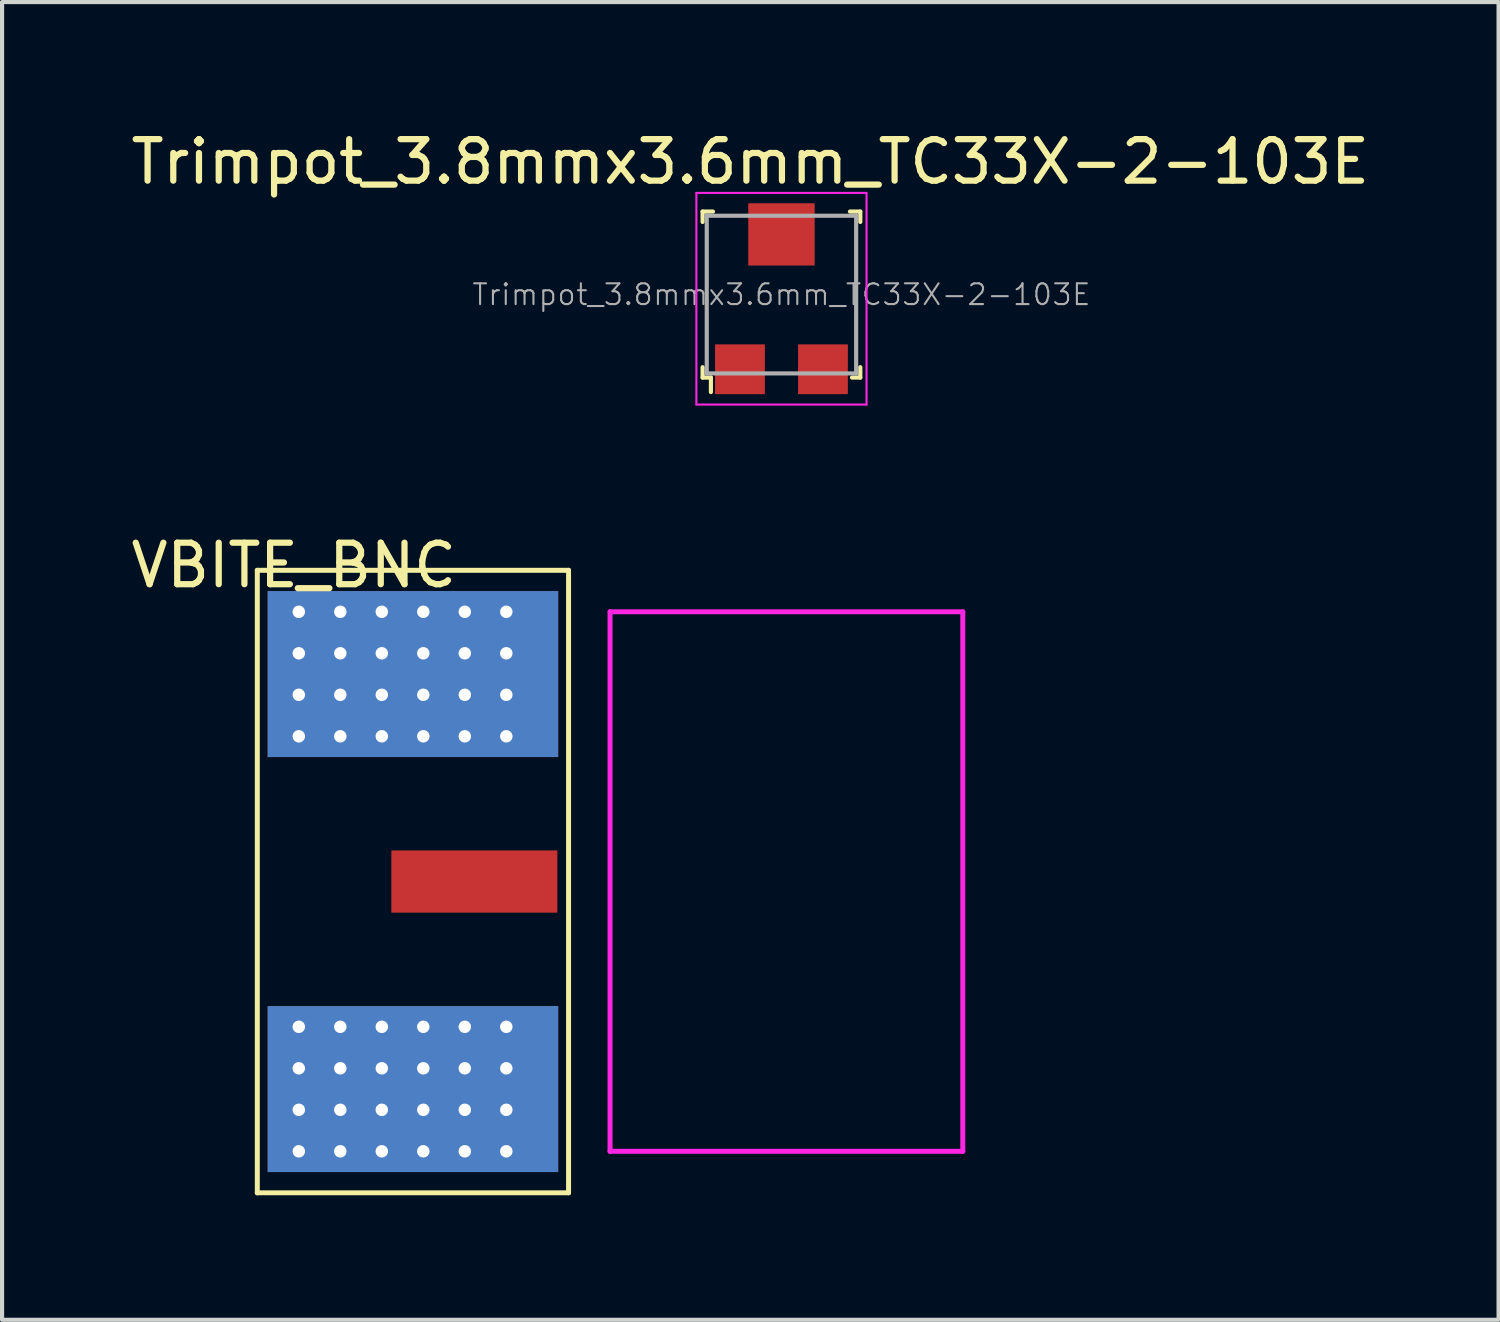
<source format=kicad_pcb>
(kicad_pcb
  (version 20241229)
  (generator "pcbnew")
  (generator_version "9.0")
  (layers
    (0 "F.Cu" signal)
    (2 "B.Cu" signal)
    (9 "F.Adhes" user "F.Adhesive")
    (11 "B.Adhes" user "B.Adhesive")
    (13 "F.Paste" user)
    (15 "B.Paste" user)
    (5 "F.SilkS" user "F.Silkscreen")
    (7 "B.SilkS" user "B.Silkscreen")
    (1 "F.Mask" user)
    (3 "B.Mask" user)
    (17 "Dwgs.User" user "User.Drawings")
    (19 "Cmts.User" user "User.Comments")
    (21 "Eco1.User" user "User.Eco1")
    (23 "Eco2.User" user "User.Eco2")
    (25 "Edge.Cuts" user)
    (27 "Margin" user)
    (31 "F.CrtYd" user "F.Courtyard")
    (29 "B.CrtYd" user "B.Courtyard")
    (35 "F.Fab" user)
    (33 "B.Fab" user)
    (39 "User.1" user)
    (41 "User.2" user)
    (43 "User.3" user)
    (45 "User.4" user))
  (footprint "VBITE_BNC"
    (layer "F.Cu")
    (at 11.65 18.192)
    (property "Reference" "VBITE_BNC" (at -7.62 -7.62 180) (layer "F.SilkS") (effects (font (size 1 1) (thickness 0.15))))
    (attr through_hole)
    (fp_line (start -8.5 -7.5) (end -1 -7.5) (stroke (width 0.12) (type solid)) (layer "F.SilkS"))
    (fp_line (start -8.5 7.5) (end -8.5 -7.5) (stroke (width 0.12) (type solid)) (layer "F.SilkS"))
    (fp_line (start -1 -7.5) (end -1 7.5) (stroke (width 0.12) (type solid)) (layer "F.SilkS"))
    (fp_line (start -1 7.5) (end -8.5 7.5) (stroke (width 0.12) (type solid)) (layer "F.SilkS"))
    (fp_line (start 0 -6.5) (end 0 6.5) (stroke (width 0.12) (type solid)) (layer "F.CrtYd"))
    (fp_line (start 0 -6.5) (end 8.5 -6.5) (stroke (width 0.12) (type solid)) (layer "F.CrtYd"))
    (fp_line (start 8.5 -6.5) (end 8.5 6.5) (stroke (width 0.12) (type solid)) (layer "F.CrtYd"))
    (fp_line (start 8.5 6.5) (end 0 6.5) (stroke (width 0.12) (type solid)) (layer "F.CrtYd"))
    (pad "1" smd rect (at -3.27 0) (size 4 1.5) (layers "F.Cu" "F.Mask" "F.Paste"))
    (pad "2" thru_hole circle (at -7.5 -6.5) (size 0.6 0.6) (drill 0.3) (layers "*.Cu" "*.Mask"))
    (pad "2" thru_hole circle (at -7.5 -5.5) (size 0.6 0.6) (drill 0.3) (layers "*.Cu" "*.Mask"))
    (pad "2" thru_hole circle (at -7.5 -4.5) (size 0.6 0.6) (drill 0.3) (layers "*.Cu" "*.Mask"))
    (pad "2" thru_hole circle (at -7.5 -3.5) (size 0.6 0.6) (drill 0.3) (layers "*.Cu" "*.Mask"))
    (pad "2" thru_hole circle (at -7.5 3.5) (size 0.6 0.6) (drill 0.3) (layers "*.Cu" "*.Mask"))
    (pad "2" thru_hole circle (at -7.5 4.5) (size 0.6 0.6) (drill 0.3) (layers "*.Cu" "*.Mask"))
    (pad "2" thru_hole circle (at -7.5 5.5) (size 0.6 0.6) (drill 0.3) (layers "*.Cu" "*.Mask"))
    (pad "2" thru_hole circle (at -7.5 6.5) (size 0.6 0.6) (drill 0.3) (layers "*.Cu" "*.Mask"))
    (pad "2" thru_hole circle (at -6.5 -6.5) (size 0.6 0.6) (drill 0.3) (layers "*.Cu" "*.Mask"))
    (pad "2" thru_hole circle (at -6.5 -5.5) (size 0.6 0.6) (drill 0.3) (layers "*.Cu" "*.Mask"))
    (pad "2" thru_hole circle (at -6.5 -4.5) (size 0.6 0.6) (drill 0.3) (layers "*.Cu" "*.Mask"))
    (pad "2" thru_hole circle (at -6.5 -3.5) (size 0.6 0.6) (drill 0.3) (layers "*.Cu" "*.Mask"))
    (pad "2" thru_hole circle (at -6.5 3.5) (size 0.6 0.6) (drill 0.3) (layers "*.Cu" "*.Mask"))
    (pad "2" thru_hole circle (at -6.5 4.5) (size 0.6 0.6) (drill 0.3) (layers "*.Cu" "*.Mask"))
    (pad "2" thru_hole circle (at -6.5 5.5) (size 0.6 0.6) (drill 0.3) (layers "*.Cu" "*.Mask"))
    (pad "2" thru_hole circle (at -6.5 6.5) (size 0.6 0.6) (drill 0.3) (layers "*.Cu" "*.Mask"))
    (pad "2" thru_hole circle (at -5.5 -6.5) (size 0.6 0.6) (drill 0.3) (layers "*.Cu" "*.Mask"))
    (pad "2" thru_hole circle (at -5.5 -5.5) (size 0.6 0.6) (drill 0.3) (layers "*.Cu" "*.Mask"))
    (pad "2" thru_hole circle (at -5.5 -4.5) (size 0.6 0.6) (drill 0.3) (layers "*.Cu" "*.Mask"))
    (pad "2" thru_hole circle (at -5.5 -3.5) (size 0.6 0.6) (drill 0.3) (layers "*.Cu" "*.Mask"))
    (pad "2" thru_hole circle (at -5.5 3.5) (size 0.6 0.6) (drill 0.3) (layers "*.Cu" "*.Mask"))
    (pad "2" thru_hole circle (at -5.5 4.5) (size 0.6 0.6) (drill 0.3) (layers "*.Cu" "*.Mask"))
    (pad "2" thru_hole circle (at -5.5 5.5) (size 0.6 0.6) (drill 0.3) (layers "*.Cu" "*.Mask"))
    (pad "2" thru_hole circle (at -5.5 6.5) (size 0.6 0.6) (drill 0.3) (layers "*.Cu" "*.Mask"))
    (pad "2" smd rect (at -4.75 -5) (size 7 4) (layers "F.Cu" "F.Mask" "F.Paste"))
    (pad "2" smd rect (at -4.75 -5) (size 7 4) (layers "B.Cu" "B.Mask" "B.Paste"))
    (pad "2" smd rect (at -4.75 5) (size 7 4) (layers "F.Cu" "F.Mask" "F.Paste"))
    (pad "2" smd rect (at -4.75 5) (size 7 4) (layers "B.Cu" "B.Mask" "B.Paste"))
    (pad "2" thru_hole circle (at -4.5 -6.5) (size 0.6 0.6) (drill 0.3) (layers "*.Cu" "*.Mask"))
    (pad "2" thru_hole circle (at -4.5 -5.5) (size 0.6 0.6) (drill 0.3) (layers "*.Cu" "*.Mask"))
    (pad "2" thru_hole circle (at -4.5 -4.5) (size 0.6 0.6) (drill 0.3) (layers "*.Cu" "*.Mask"))
    (pad "2" thru_hole circle (at -4.5 -3.5) (size 0.6 0.6) (drill 0.3) (layers "*.Cu" "*.Mask"))
    (pad "2" thru_hole circle (at -4.5 3.5) (size 0.6 0.6) (drill 0.3) (layers "*.Cu" "*.Mask"))
    (pad "2" thru_hole circle (at -4.5 4.5) (size 0.6 0.6) (drill 0.3) (layers "*.Cu" "*.Mask"))
    (pad "2" thru_hole circle (at -4.5 5.5) (size 0.6 0.6) (drill 0.3) (layers "*.Cu" "*.Mask"))
    (pad "2" thru_hole circle (at -4.5 6.5) (size 0.6 0.6) (drill 0.3) (layers "*.Cu" "*.Mask"))
    (pad "2" thru_hole circle (at -3.5 -6.5) (size 0.6 0.6) (drill 0.3) (layers "*.Cu" "*.Mask"))
    (pad "2" thru_hole circle (at -3.5 -5.5) (size 0.6 0.6) (drill 0.3) (layers "*.Cu" "*.Mask"))
    (pad "2" thru_hole circle (at -3.5 -4.5) (size 0.6 0.6) (drill 0.3) (layers "*.Cu" "*.Mask"))
    (pad "2" thru_hole circle (at -3.5 -3.5) (size 0.6 0.6) (drill 0.3) (layers "*.Cu" "*.Mask"))
    (pad "2" thru_hole circle (at -3.5 3.5) (size 0.6 0.6) (drill 0.3) (layers "*.Cu" "*.Mask"))
    (pad "2" thru_hole circle (at -3.5 4.5) (size 0.6 0.6) (drill 0.3) (layers "*.Cu" "*.Mask"))
    (pad "2" thru_hole circle (at -3.5 5.5) (size 0.6 0.6) (drill 0.3) (layers "*.Cu" "*.Mask"))
    (pad "2" thru_hole circle (at -3.5 6.5) (size 0.6 0.6) (drill 0.3) (layers "*.Cu" "*.Mask"))
    (pad "2" thru_hole circle (at -2.5 -6.5) (size 0.6 0.6) (drill 0.3) (layers "*.Cu" "*.Mask"))
    (pad "2" thru_hole circle (at -2.5 -5.5) (size 0.6 0.6) (drill 0.3) (layers "*.Cu" "*.Mask"))
    (pad "2" thru_hole circle (at -2.5 -4.5) (size 0.6 0.6) (drill 0.3) (layers "*.Cu" "*.Mask"))
    (pad "2" thru_hole circle (at -2.5 -3.5) (size 0.6 0.6) (drill 0.3) (layers "*.Cu" "*.Mask"))
    (pad "2" thru_hole circle (at -2.5 3.5) (size 0.6 0.6) (drill 0.3) (layers "*.Cu" "*.Mask"))
    (pad "2" thru_hole circle (at -2.5 4.5) (size 0.6 0.6) (drill 0.3) (layers "*.Cu" "*.Mask"))
    (pad "2" thru_hole circle (at -2.5 5.5) (size 0.6 0.6) (drill 0.3) (layers "*.Cu" "*.Mask"))
    (pad "2" thru_hole circle (at -2.5 6.5) (size 0.6 0.6) (drill 0.3) (layers "*.Cu" "*.Mask")))
  (footprint "Trimpot_3.8mmx3.6mm_TC33X-2-103E"
    (layer "F.Cu")
    (at 15.78 4.048)
    (property "Reference" "Trimpot_3.8mmx3.6mm_TC33X-2-103E" (at -0.75 -3.2 0) (layer "F.SilkS") (effects (font (size 1 1) (thickness 0.15))))
    (attr smd)
    (fp_line (start -1.9 -2) (end -1.9 -1.75) (stroke (width 0.1) (type solid)) (layer "F.SilkS"))
    (fp_line (start -1.9 -2) (end -1.65 -2) (stroke (width 0.1) (type solid)) (layer "F.SilkS"))
    (fp_line (start -1.9 1.75) (end -1.9 2) (stroke (width 0.1) (type solid)) (layer "F.SilkS"))
    (fp_line (start -1.9 2) (end -1.7 2) (stroke (width 0.1) (type solid)) (layer "F.SilkS"))
    (fp_line (start -1.7 2) (end -1.7 2.35) (stroke (width 0.1) (type solid)) (layer "F.SilkS"))
    (fp_line (start 1.9 -2) (end 1.65 -2) (stroke (width 0.1) (type solid)) (layer "F.SilkS"))
    (fp_line (start 1.9 -2) (end 1.9 -1.75) (stroke (width 0.1) (type solid)) (layer "F.SilkS"))
    (fp_line (start 1.9 2) (end 1.7 2) (stroke (width 0.1) (type solid)) (layer "F.SilkS"))
    (fp_line (start 1.9 2) (end 1.9 1.75) (stroke (width 0.1) (type solid)) (layer "F.SilkS"))
    (fp_line (start -2.05 -2.45) (end -2.05 2.65) (stroke (width 0.05) (type solid)) (layer "F.CrtYd"))
    (fp_line (start 2.05 -2.45) (end -2.05 -2.45) (stroke (width 0.05) (type solid)) (layer "F.CrtYd"))
    (fp_line (start 2.05 2.65) (end -2.05 2.65) (stroke (width 0.05) (type solid)) (layer "F.CrtYd"))
    (fp_line (start 2.05 2.65) (end 2.05 -2.45) (stroke (width 0.05) (type solid)) (layer "F.CrtYd"))
    (fp_line (start -1.8 -1.9) (end -1.8 1.9) (stroke (width 0.1) (type solid)) (layer "F.Fab"))
    (fp_line (start -1.8 -1.9) (end 1.8 -1.9) (stroke (width 0.1) (type solid)) (layer "F.Fab"))
    (fp_line (start -1.8 1.9) (end 1.8 1.9) (stroke (width 0.1) (type solid)) (layer "F.Fab"))
    (fp_line (start 1.8 1.9) (end 1.8 -1.9) (stroke (width 0.1) (type solid)) (layer "F.Fab"))
    (fp_text user "${REFERENCE}" (at 0 0 0) (layer "F.Fab") (effects (font (size 0.5 0.5) (thickness 0.05))))
    (pad "1" smd rect (at -1 1.8) (size 1.2 1.2) (layers "F.Cu" "F.Mask" "F.Paste"))
    (pad "2" smd rect (at 0 -1.45) (size 1.6 1.5) (layers "F.Cu" "F.Mask" "F.Paste"))
    (pad "3" smd rect (at 1 1.8) (size 1.2 1.2) (layers "F.Cu" "F.Mask" "F.Paste")))
  (gr_rect
    (start -3 -3)
    (end 33.06 28.752)
    (stroke (width 0.1) (type default))
    (fill no)
    (layer "Edge.Cuts")))
</source>
